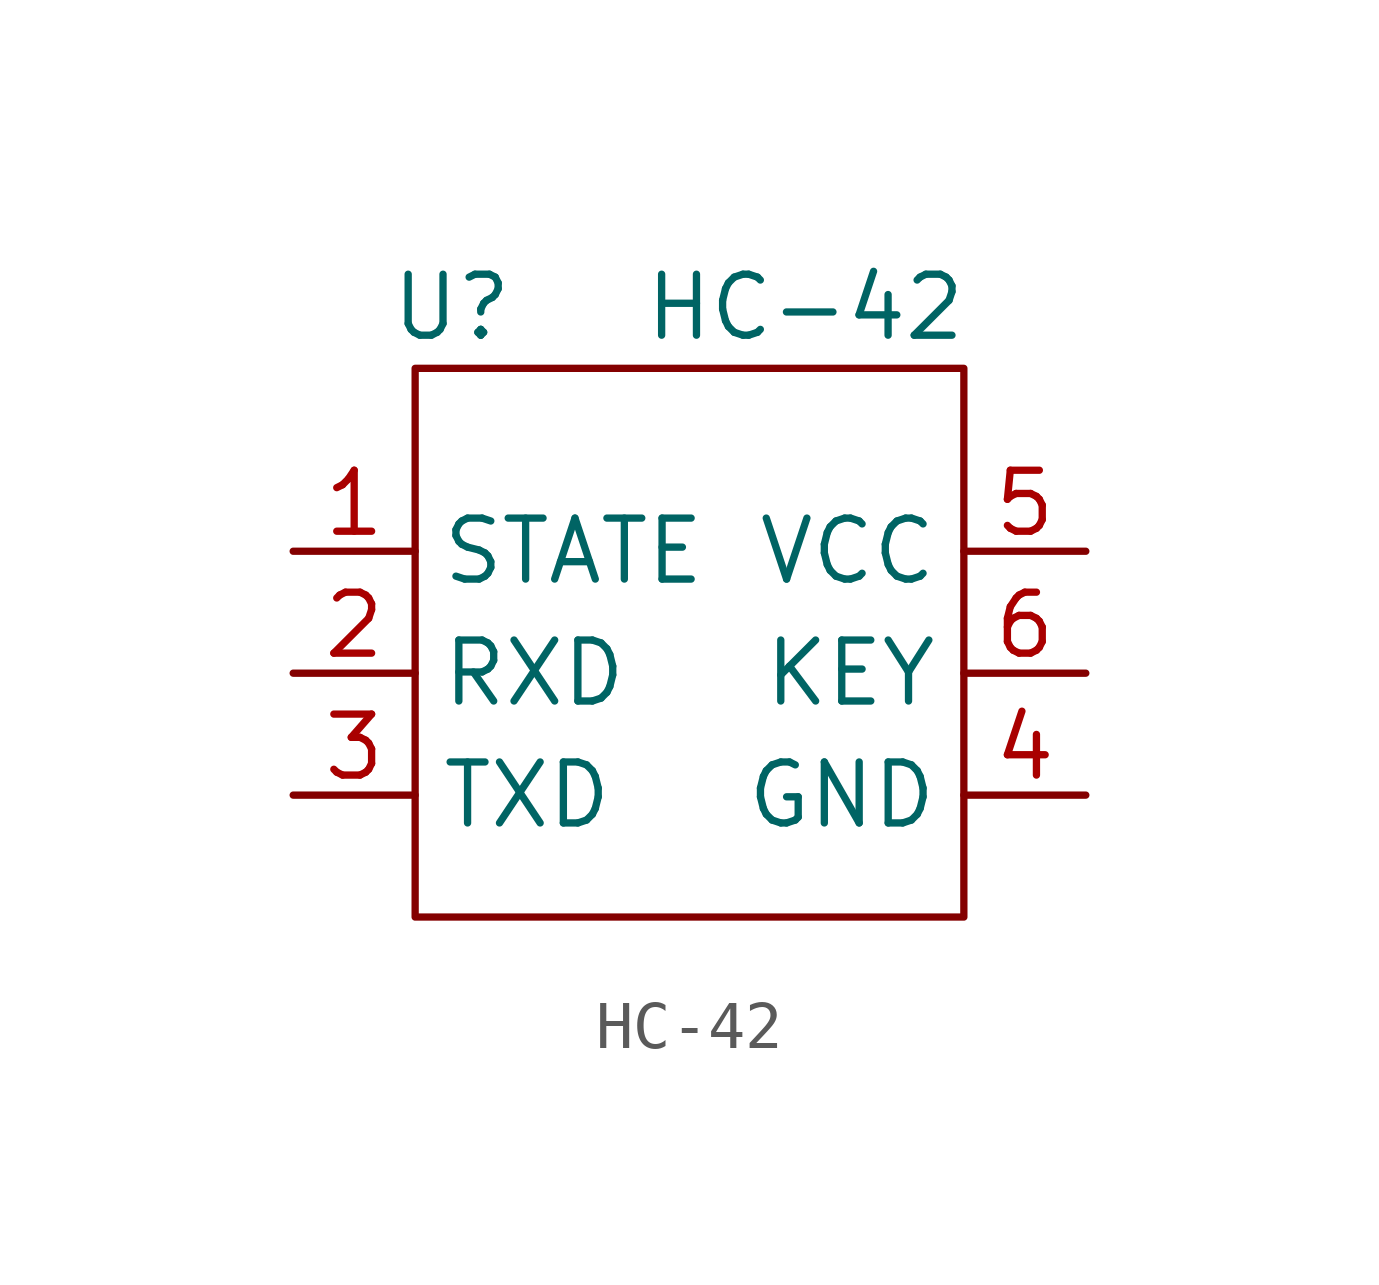
<source format=kicad_sym>
(kicad_symbol_lib
  (version 20211014)
  (generator kicad_symbol_editor)
  (symbol "HC-42"
    (property "Reference" "U"
      (at -5.08 7.112 0)
      (effects (font (size 1.27 1.27))))
    (property "Value" "HC-42"
      (at 2.286 7.112 0)
      (effects (font (size 1.27 1.27))))
    (symbol "HC-42_0_0"
      (pin output line (at -8.382 2.032 0) (length 2.54) (name "STATE" (effects (font (size 1.27 1.27)))) (number "1" (effects (font (size 1.27 1.27)))))
      (pin input line (at -8.382 -0.508 0) (length 2.54) (name "RXD" (effects (font (size 1.27 1.27)))) (number "2" (effects (font (size 1.27 1.27)))))
      (pin output line (at -8.382 -3.048 0) (length 2.54) (name "TXD" (effects (font (size 1.27 1.27)))) (number "3" (effects (font (size 1.27 1.27)))))
      (pin passive line (at 8.128 -3.048 180) (length 2.54) (name "GND" (effects (font (size 1.27 1.27)))) (number "4" (effects (font (size 1.27 1.27)))))
      (pin passive line (at 8.128 2.032 180) (length 2.54) (name "VCC" (effects (font (size 1.27 1.27)))) (number "5" (effects (font (size 1.27 1.27)))))
      (pin input line (at 8.128 -0.508 180) (length 2.54) (name "KEY" (effects (font (size 1.27 1.27)))) (number "6" (effects (font (size 1.27 1.27))))))
    (symbol "HC-42_0_1"
      (rectangle (start -5.842 5.842) (end 5.588 -5.588) (stroke (width 0.152) (type default) (color 0 0 0 0)) (fill (type none))))))
</source>
